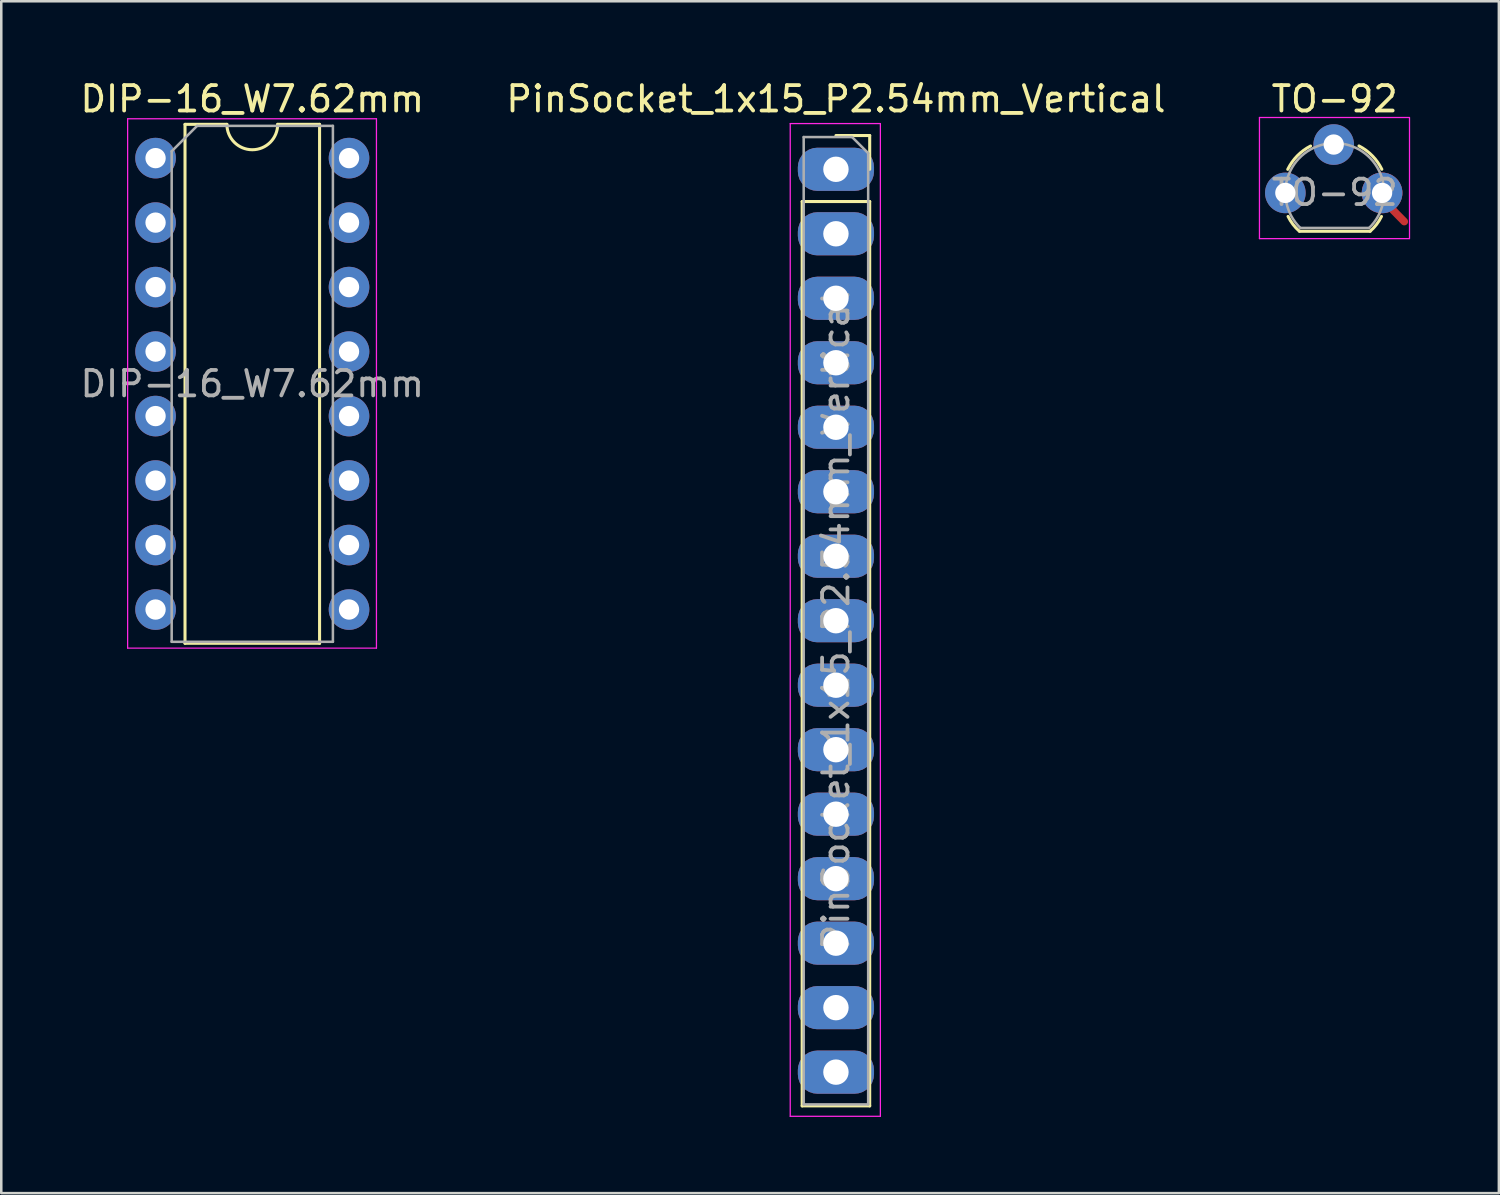
<source format=kicad_pcb>
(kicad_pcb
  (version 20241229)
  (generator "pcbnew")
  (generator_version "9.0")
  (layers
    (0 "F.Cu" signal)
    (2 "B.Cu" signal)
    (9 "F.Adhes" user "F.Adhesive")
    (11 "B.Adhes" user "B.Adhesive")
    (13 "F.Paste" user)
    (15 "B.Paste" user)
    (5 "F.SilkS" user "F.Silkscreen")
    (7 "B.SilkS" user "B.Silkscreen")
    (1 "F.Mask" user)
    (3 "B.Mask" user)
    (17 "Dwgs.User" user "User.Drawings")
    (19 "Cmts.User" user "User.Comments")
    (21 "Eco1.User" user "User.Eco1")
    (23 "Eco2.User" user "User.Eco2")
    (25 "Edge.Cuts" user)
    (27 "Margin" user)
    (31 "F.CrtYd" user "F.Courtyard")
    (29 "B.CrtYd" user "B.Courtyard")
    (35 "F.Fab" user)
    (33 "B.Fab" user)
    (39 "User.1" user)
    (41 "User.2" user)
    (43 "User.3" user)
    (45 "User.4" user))
  (footprint "TO-92"
    (layer "F.Cu")
    (at 47.576 4.548)
    (property "Reference" "TO-92" (at 1.94 -3.7 0) (layer "F.SilkS") (effects (font (size 1 1) (thickness 0.15))))
    (attr through_hole)
    (fp_circle (center 0 0) (end 1.6 0) (stroke (width 0) (type solid)) (fill yes) (layer "B.Mask"))
    (fp_circle (center 1.905 -1.905) (end 3.505 -1.905) (stroke (width 0) (type solid)) (fill yes) (layer "B.Mask"))
    (fp_circle (center 3.81 0) (end 5.41 0) (stroke (width 0) (type solid)) (fill yes) (layer "B.Mask"))
    (fp_line (start 0.56 1.51) (end 3.34 1.51) (stroke (width 0.12) (type solid)) (layer "F.SilkS"))
    (fp_arc (start 0.094253 -0.927076) (mid 0.47 -1.46) (end 0.994753 -1.847076) (stroke (width 0.12) (type solid)) (layer "F.SilkS"))
    (fp_arc (start 0.552349 1.509007) (mid 0.3 1.24) (end 0.106349 0.926083) (stroke (width 0.12) (type solid)) (layer "F.SilkS"))
    (fp_arc (start 2.8995 -1.85) (mid 3.424253 -1.462924) (end 3.8 -0.93) (stroke (width 0.12) (type solid)) (layer "F.SilkS"))
    (fp_arc (start 3.786 0.927076) (mid 3.592349 1.240993) (end 3.34 1.51) (stroke (width 0.12) (type solid)) (layer "F.SilkS"))
    (fp_line (start -1.02 -2.97) (end -1.02 1.8) (stroke (width 0.05) (type solid)) (layer "F.CrtYd"))
    (fp_line (start -1.02 -2.97) (end 4.88 -2.97) (stroke (width 0.05) (type solid)) (layer "F.CrtYd"))
    (fp_line (start 4.88 1.8) (end -1.02 1.8) (stroke (width 0.05) (type solid)) (layer "F.CrtYd"))
    (fp_line (start 4.89 1.8) (end 4.89 -2.97) (stroke (width 0.05) (type solid)) (layer "F.CrtYd"))
    (fp_line (start 0.59 1.38) (end 3.3 1.38) (stroke (width 0.1) (type solid)) (layer "F.Fab"))
    (fp_arc (start 0.59 1.38) (mid 1.945 -1.961144) (end 3.3 1.38) (stroke (width 0.1) (type solid)) (layer "F.Fab"))
    (fp_text user "${REFERENCE}" (at 1.945 -0.016 0) (layer "F.Fab") (effects (font (size 1 1) (thickness 0.15))))
    (pad "1" thru_hole circle (at 0 0) (size 1.6 1.6) (drill 0.8) (layers "*.Cu" "*.Mask"))
    (pad "2" thru_hole circle (at 1.905 -1.905) (size 1.6 1.6) (drill 0.8) (layers "*.Cu" "*.Mask"))
    (pad "3" thru_hole circle (at 3.81 0) (size 1.6 1.6) (drill 0.8) (layers "*.Cu" "*.Mask"))
    (pad "3" smd custom (at 3.81 0) (size 1.6 1.6) (layers "F.Cu") (options (anchor circle)) (primitives (gr_line (start 0.345 0.59) (end 0.875 1.13) (width 0.3)))))
  (footprint "PinSocket_1x15_P2.54mm_Vertical"
    (layer "F.Cu")
    (at 29.875 3.618)
    (property "Reference" "PinSocket_1x15_P2.54mm_Vertical" (at 0 -2.77 0) (layer "F.SilkS") (effects (font (size 1 1) (thickness 0.15))))
    (attr through_hole)
    (fp_rect (start -1.5 0) (end 1.5 35.56) (stroke (width 0) (type solid)) (fill yes) (layer "F.Mask"))
    (fp_circle (center 0 0) (end 1.5 0) (stroke (width 0) (type solid)) (fill yes) (layer "F.Mask"))
    (fp_circle (center 0 35.56) (end 1.5 35.56) (stroke (width 0) (type solid)) (fill yes) (layer "F.Mask"))
    (fp_rect (start 1.5 0) (end -1.5 35.56) (stroke (width 0) (type solid)) (fill yes) (layer "B.Mask"))
    (fp_circle (center 0 0) (end 1.5 0) (stroke (width 0) (type solid)) (fill yes) (layer "B.Mask"))
    (fp_circle (center 0 35.56) (end 1.5 35.56) (stroke (width 0) (type solid)) (fill yes) (layer "B.Mask"))
    (fp_line (start -1.33 1.27) (end -1.33 36.89) (stroke (width 0.12) (type solid)) (layer "F.SilkS"))
    (fp_line (start -1.33 1.27) (end 1.33 1.27) (stroke (width 0.12) (type solid)) (layer "F.SilkS"))
    (fp_line (start -1.33 36.89) (end 1.33 36.89) (stroke (width 0.12) (type solid)) (layer "F.SilkS"))
    (fp_line (start 0 -1.33) (end 1.33 -1.33) (stroke (width 0.12) (type solid)) (layer "F.SilkS"))
    (fp_line (start 1.33 -1.33) (end 1.33 0) (stroke (width 0.12) (type solid)) (layer "F.SilkS"))
    (fp_line (start 1.33 1.27) (end 1.33 36.89) (stroke (width 0.12) (type solid)) (layer "F.SilkS"))
    (fp_line (start -1.8 -1.8) (end 1.75 -1.8) (stroke (width 0.05) (type solid)) (layer "F.CrtYd"))
    (fp_line (start -1.8 37.3) (end -1.8 -1.8) (stroke (width 0.05) (type solid)) (layer "F.CrtYd"))
    (fp_line (start 1.75 -1.8) (end 1.75 37.3) (stroke (width 0.05) (type solid)) (layer "F.CrtYd"))
    (fp_line (start 1.75 37.3) (end -1.8 37.3) (stroke (width 0.05) (type solid)) (layer "F.CrtYd"))
    (fp_line (start -1.27 -1.27) (end 0.635 -1.27) (stroke (width 0.1) (type solid)) (layer "F.Fab"))
    (fp_line (start -1.27 36.83) (end -1.27 -1.27) (stroke (width 0.1) (type solid)) (layer "F.Fab"))
    (fp_line (start 0.635 -1.27) (end 1.27 -0.635) (stroke (width 0.1) (type solid)) (layer "F.Fab"))
    (fp_line (start 1.27 -0.635) (end 1.27 36.83) (stroke (width 0.1) (type solid)) (layer "F.Fab"))
    (fp_line (start 1.27 36.83) (end -1.27 36.83) (stroke (width 0.1) (type solid)) (layer "F.Fab"))
    (fp_text user "${REFERENCE}" (at 0 17.78 90) (layer "F.Fab") (effects (font (size 1 1) (thickness 0.15))))
    (pad "1" thru_hole roundrect (at 0 0) (size 3 1.7) (drill 1) (layers "*.Cu" "*.Mask") (roundrect_rratio 0.45))
    (pad "2" thru_hole roundrect (at 0 2.54) (size 3 1.7) (drill 1) (layers "*.Cu" "*.Mask") (roundrect_rratio 0.45))
    (pad "3" thru_hole roundrect (at 0 5.08) (size 3 1.7) (drill 1) (layers "*.Cu" "*.Mask") (roundrect_rratio 0.45))
    (pad "4" thru_hole roundrect (at 0 7.62) (size 3 1.7) (drill 1) (layers "*.Cu" "*.Mask") (roundrect_rratio 0.45))
    (pad "5" thru_hole roundrect (at 0 10.16) (size 3 1.7) (drill 1) (layers "*.Cu" "*.Mask") (roundrect_rratio 0.45))
    (pad "6" thru_hole roundrect (at 0 12.7) (size 3 1.7) (drill 1) (layers "*.Cu" "*.Mask") (roundrect_rratio 0.45))
    (pad "7" thru_hole roundrect (at 0 15.24) (size 3 1.7) (drill 1) (layers "*.Cu" "*.Mask") (roundrect_rratio 0.45))
    (pad "8" thru_hole roundrect (at 0 17.78) (size 3 1.7) (drill 1) (layers "*.Cu" "*.Mask") (roundrect_rratio 0.45))
    (pad "9" thru_hole roundrect (at 0 20.32) (size 3 1.7) (drill 1) (layers "*.Cu" "*.Mask") (roundrect_rratio 0.45))
    (pad "10" thru_hole roundrect (at 0 22.86) (size 3 1.7) (drill 1) (layers "*.Cu" "*.Mask") (roundrect_rratio 0.45))
    (pad "11" thru_hole roundrect (at 0 25.4) (size 3 1.7) (drill 1) (layers "*.Cu" "*.Mask") (roundrect_rratio 0.45))
    (pad "12" thru_hole roundrect (at 0 27.94) (size 3 1.7) (drill 1) (layers "*.Cu" "*.Mask") (roundrect_rratio 0.45))
    (pad "13" thru_hole roundrect (at 0 30.48) (size 3 1.7) (drill 1) (layers "*.Cu" "*.Mask") (roundrect_rratio 0.45))
    (pad "14" thru_hole roundrect (at 0 33.02) (size 3 1.7) (drill 1) (layers "*.Cu" "*.Mask") (roundrect_rratio 0.45))
    (pad "15" thru_hole roundrect (at 0 35.56) (size 3 1.7) (drill 1) (layers "*.Cu" "*.Mask") (roundrect_rratio 0.45)))
  (footprint "DIP-16_W7.62mm"
    (layer "F.Cu")
    (at 3.077 3.178)
    (property "Reference" "DIP-16_W7.62mm" (at 3.81 -2.33 0) (layer "F.SilkS") (effects (font (size 1 1) (thickness 0.15))))
    (attr through_hole)
    (fp_rect (start 1.2 0) (end -1.2 17.78) (stroke (width 0) (type solid)) (fill yes) (layer "F.Mask"))
    (fp_rect (start 8.82 0) (end 6.42 17.78) (stroke (width 0) (type solid)) (fill yes) (layer "F.Mask"))
    (fp_circle (center 0 0) (end 1.2 0) (stroke (width 0) (type solid)) (fill yes) (layer "F.Mask"))
    (fp_circle (center 0 17.78) (end 1.2 17.78) (stroke (width 0) (type solid)) (fill yes) (layer "F.Mask"))
    (fp_circle (center 7.62 0) (end 8.82 0) (stroke (width 0) (type solid)) (fill yes) (layer "F.Mask"))
    (fp_circle (center 7.62 17.78) (end 8.82 17.78) (stroke (width 0) (type solid)) (fill yes) (layer "F.Mask"))
    (fp_rect (start -1.2 0) (end 1.2 17.78) (stroke (width 0) (type solid)) (fill yes) (layer "B.Mask"))
    (fp_rect (start 6.42 0) (end 8.82 17.78) (stroke (width 0) (type solid)) (fill yes) (layer "B.Mask"))
    (fp_circle (center 0 0) (end -1.2 0) (stroke (width 0) (type solid)) (fill yes) (layer "B.Mask"))
    (fp_circle (center 0 17.78) (end -1.2 17.78) (stroke (width 0) (type solid)) (fill yes) (layer "B.Mask"))
    (fp_circle (center 7.62 0) (end 6.42 0) (stroke (width 0) (type solid)) (fill yes) (layer "B.Mask"))
    (fp_circle (center 7.62 17.78) (end 6.42 17.78) (stroke (width 0) (type solid)) (fill yes) (layer "B.Mask"))
    (fp_line (start 1.16 -1.33) (end 1.16 19.11) (stroke (width 0.12) (type solid)) (layer "F.SilkS"))
    (fp_line (start 1.16 19.11) (end 6.46 19.11) (stroke (width 0.12) (type solid)) (layer "F.SilkS"))
    (fp_line (start 2.81 -1.33) (end 1.16 -1.33) (stroke (width 0.12) (type solid)) (layer "F.SilkS"))
    (fp_line (start 6.46 -1.33) (end 4.81 -1.33) (stroke (width 0.12) (type solid)) (layer "F.SilkS"))
    (fp_line (start 6.46 19.11) (end 6.46 -1.33) (stroke (width 0.12) (type solid)) (layer "F.SilkS"))
    (fp_arc (start 4.81 -1.33) (mid 3.81 -0.33) (end 2.81 -1.33) (stroke (width 0.12) (type solid)) (layer "F.SilkS"))
    (fp_line (start -1.1 -1.55) (end -1.1 19.3) (stroke (width 0.05) (type solid)) (layer "F.CrtYd"))
    (fp_line (start -1.1 19.3) (end 8.7 19.3) (stroke (width 0.05) (type solid)) (layer "F.CrtYd"))
    (fp_line (start 8.7 -1.55) (end -1.1 -1.55) (stroke (width 0.05) (type solid)) (layer "F.CrtYd"))
    (fp_line (start 8.7 19.3) (end 8.7 -1.55) (stroke (width 0.05) (type solid)) (layer "F.CrtYd"))
    (fp_line (start 0.635 -0.27) (end 1.635 -1.27) (stroke (width 0.1) (type solid)) (layer "F.Fab"))
    (fp_line (start 0.635 19.05) (end 0.635 -0.27) (stroke (width 0.1) (type solid)) (layer "F.Fab"))
    (fp_line (start 1.635 -1.27) (end 6.985 -1.27) (stroke (width 0.1) (type solid)) (layer "F.Fab"))
    (fp_line (start 6.985 -1.27) (end 6.985 19.05) (stroke (width 0.1) (type solid)) (layer "F.Fab"))
    (fp_line (start 6.985 19.05) (end 0.635 19.05) (stroke (width 0.1) (type solid)) (layer "F.Fab"))
    (fp_text user "${REFERENCE}" (at 3.81 8.89 0) (layer "F.Fab") (effects (font (size 1 1) (thickness 0.15))))
    (pad "1" thru_hole oval (at 0 0) (size 1.6 1.6) (drill 0.8) (layers "*.Cu" "*.Mask"))
    (pad "2" thru_hole oval (at 0 2.54) (size 1.6 1.6) (drill 0.8) (layers "*.Cu" "*.Mask"))
    (pad "3" thru_hole oval (at 0 5.08) (size 1.6 1.6) (drill 0.8) (layers "*.Cu" "*.Mask"))
    (pad "4" thru_hole oval (at 0 7.62) (size 1.6 1.6) (drill 0.8) (layers "*.Cu" "*.Mask"))
    (pad "5" thru_hole oval (at 0 10.16) (size 1.6 1.6) (drill 0.8) (layers "*.Cu" "*.Mask"))
    (pad "6" thru_hole oval (at 0 12.7) (size 1.6 1.6) (drill 0.8) (layers "*.Cu" "*.Mask"))
    (pad "7" thru_hole oval (at 0 15.24) (size 1.6 1.6) (drill 0.8) (layers "*.Cu" "*.Mask"))
    (pad "8" thru_hole oval (at 0 17.78) (size 1.6 1.6) (drill 0.8) (layers "*.Cu" "*.Mask"))
    (pad "9" thru_hole oval (at 7.62 17.78) (size 1.6 1.6) (drill 0.8) (layers "*.Cu" "*.Mask"))
    (pad "10" thru_hole oval (at 7.62 15.24) (size 1.6 1.6) (drill 0.8) (layers "*.Cu" "*.Mask"))
    (pad "11" thru_hole oval (at 7.62 12.7) (size 1.6 1.6) (drill 0.8) (layers "*.Cu" "*.Mask"))
    (pad "12" thru_hole oval (at 7.62 10.16) (size 1.6 1.6) (drill 0.8) (layers "*.Cu" "*.Mask"))
    (pad "13" thru_hole oval (at 7.62 7.62) (size 1.6 1.6) (drill 0.8) (layers "*.Cu" "*.Mask"))
    (pad "14" thru_hole oval (at 7.62 5.08) (size 1.6 1.6) (drill 0.8) (layers "*.Cu" "*.Mask"))
    (pad "15" thru_hole oval (at 7.62 2.54) (size 1.6 1.6) (drill 0.8) (layers "*.Cu" "*.Mask"))
    (pad "16" thru_hole oval (at 7.62 0) (size 1.6 1.6) (drill 0.8) (layers "*.Cu" "*.Mask")))
  (gr_rect
    (start -3 -3)
    (end 55.986 43.943)
    (stroke (width 0.1) (type default))
    (fill no)
    (layer "Edge.Cuts")))
</source>
